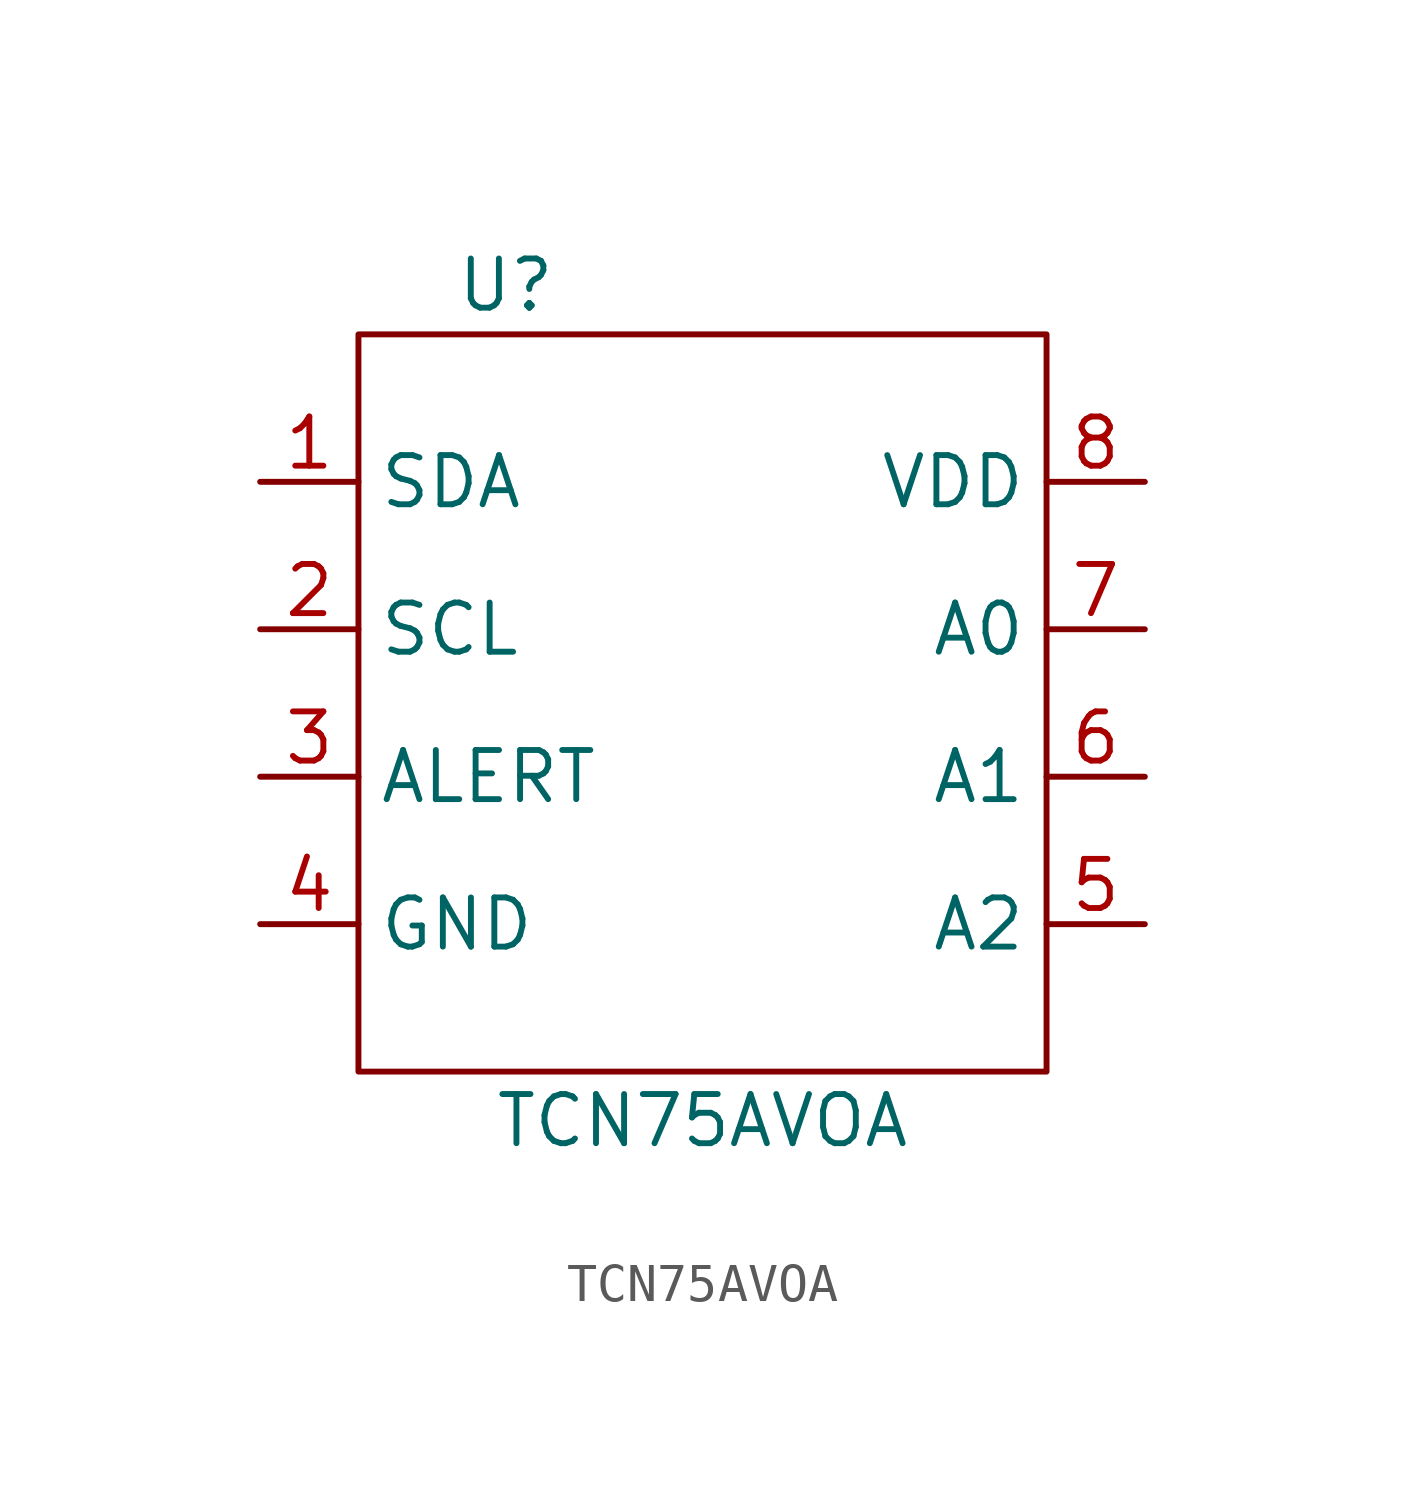
<source format=kicad_sym>
(kicad_symbol_lib
  (version 20211014)
  (generator kicad_symbol_editor)
  (symbol "TCN75AVOA"
    (property "Reference" "U"
      (at 3.81 1.27 0)
      (effects (font (size 1.27 1.27))))
    (property "Value" "TCN75AVOA"
      (at 8.89 -20.32 0)
      (effects (font (size 1.27 1.27))))
    (symbol "TCN75AVOA_0_1"
      (rectangle (start 0 0) (end 17.78 -19.05) (stroke (width 0) (type default) (color 0 0 0 0)) (fill (type none))))
    (symbol "TCN75AVOA_1_1"
      (pin input line (at -2.54 -3.81 0) (length 2.54) (name "SDA" (effects (font (size 1.27 1.27)))) (number "1" (effects (font (size 1.27 1.27)))))
      (pin input line (at -2.54 -7.62 0) (length 2.54) (name "SCL" (effects (font (size 1.27 1.27)))) (number "2" (effects (font (size 1.27 1.27)))))
      (pin input line (at -2.54 -11.43 0) (length 2.54) (name "ALERT" (effects (font (size 1.27 1.27)))) (number "3" (effects (font (size 1.27 1.27)))))
      (pin power_in line (at -2.54 -15.24 0) (length 2.54) (name "GND" (effects (font (size 1.27 1.27)))) (number "4" (effects (font (size 1.27 1.27)))))
      (pin input line (at 20.32 -15.24 180) (length 2.54) (name "A2" (effects (font (size 1.27 1.27)))) (number "5" (effects (font (size 1.27 1.27)))))
      (pin input line (at 20.32 -11.43 180) (length 2.54) (name "A1" (effects (font (size 1.27 1.27)))) (number "6" (effects (font (size 1.27 1.27)))))
      (pin input line (at 20.32 -7.62 180) (length 2.54) (name "A0" (effects (font (size 1.27 1.27)))) (number "7" (effects (font (size 1.27 1.27)))))
      (pin power_in line (at 20.32 -3.81 180) (length 2.54) (name "VDD" (effects (font (size 1.27 1.27)))) (number "8" (effects (font (size 1.27 1.27))))))))
</source>
